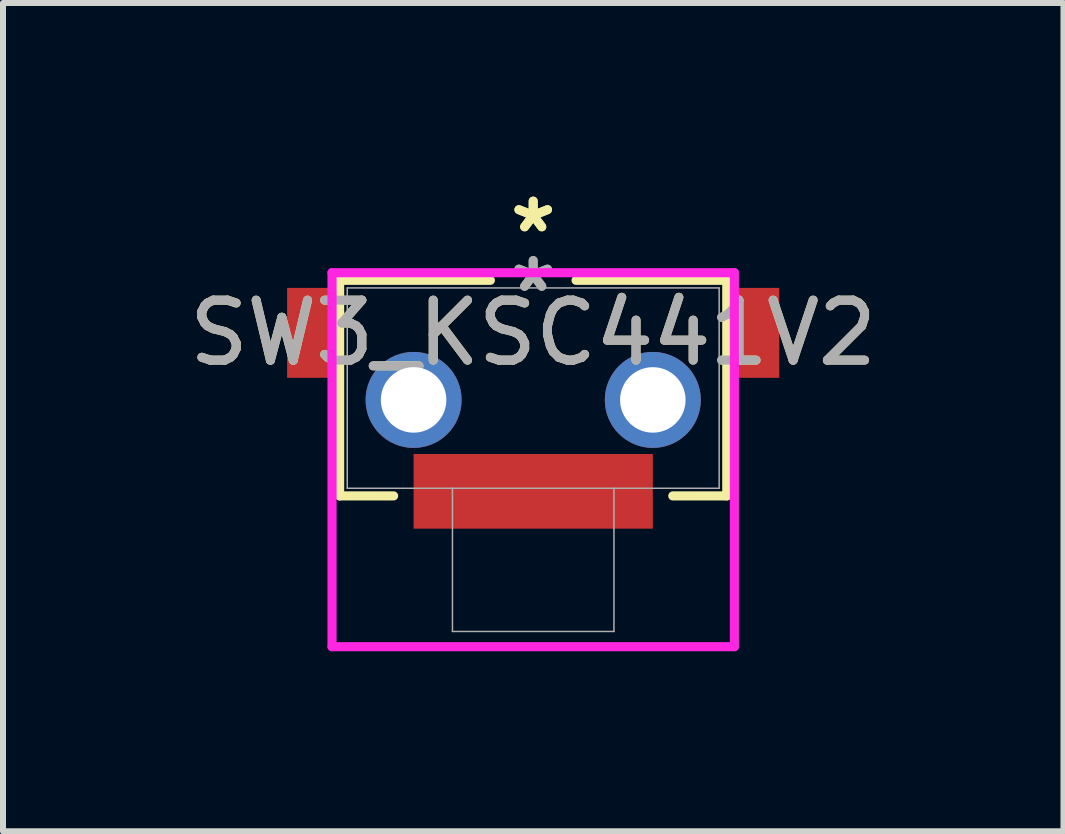
<source format=kicad_pcb>
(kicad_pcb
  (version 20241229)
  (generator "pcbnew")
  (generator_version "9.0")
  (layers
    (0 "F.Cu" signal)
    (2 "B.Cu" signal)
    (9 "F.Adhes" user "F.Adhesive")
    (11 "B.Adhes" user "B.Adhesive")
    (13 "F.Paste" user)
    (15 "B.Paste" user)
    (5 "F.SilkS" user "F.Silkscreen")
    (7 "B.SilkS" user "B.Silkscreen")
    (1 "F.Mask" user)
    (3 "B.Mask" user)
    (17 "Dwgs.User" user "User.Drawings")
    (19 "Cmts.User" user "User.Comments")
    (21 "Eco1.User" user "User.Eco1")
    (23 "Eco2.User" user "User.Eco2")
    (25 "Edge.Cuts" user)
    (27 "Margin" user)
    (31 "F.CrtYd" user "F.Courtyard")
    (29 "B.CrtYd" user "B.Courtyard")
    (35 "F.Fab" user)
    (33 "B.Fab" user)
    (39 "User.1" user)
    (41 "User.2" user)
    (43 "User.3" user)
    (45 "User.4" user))
  (footprint "SW3_KSC441V2"
    (layer "F.Cu")
    (at 5.839 2.499)
    (property "Reference" "SW3_KSC441V2" (at 0 0 0) (unlocked yes) (layer "F.SilkS") (effects (font (size 1 1) (thickness 0.15))))
    (attr smd)
    (fp_line (start -3.227 -0.876) (end -3.227 2.718) (stroke (width 0.152) (type solid)) (layer "F.SilkS"))
    (fp_line (start -3.227 2.718) (end -2.327 2.718) (stroke (width 0.152) (type solid)) (layer "F.SilkS"))
    (fp_line (start -0.714 -0.876) (end -3.227 -0.876) (stroke (width 0.152) (type solid)) (layer "F.SilkS"))
    (fp_line (start 2.327 2.718) (end 3.227 2.718) (stroke (width 0.152) (type solid)) (layer "F.SilkS"))
    (fp_line (start 3.227 -0.876) (end 0.714 -0.876) (stroke (width 0.152) (type solid)) (layer "F.SilkS"))
    (fp_line (start 3.227 2.718) (end 3.227 -0.876) (stroke (width 0.152) (type solid)) (layer "F.SilkS"))
    (fp_line (start -3.354 -1.003) (end -3.354 5.232) (stroke (width 0.152) (type solid)) (layer "F.CrtYd"))
    (fp_line (start -3.354 5.232) (end 3.354 5.232) (stroke (width 0.152) (type solid)) (layer "F.CrtYd"))
    (fp_line (start 3.354 -1.003) (end -3.354 -1.003) (stroke (width 0.152) (type solid)) (layer "F.CrtYd"))
    (fp_line (start 3.354 5.232) (end 3.354 -1.003) (stroke (width 0.152) (type solid)) (layer "F.CrtYd"))
    (fp_line (start -3.1 -0.749) (end -3.1 2.591) (stroke (width 0.025) (type solid)) (layer "F.Fab"))
    (fp_line (start -3.1 2.591) (end 3.1 2.591) (stroke (width 0.025) (type solid)) (layer "F.Fab"))
    (fp_line (start -1.346 2.591) (end -1.346 4.978) (stroke (width 0.025) (type solid)) (layer "F.Fab"))
    (fp_line (start -1.346 4.978) (end 1.346 4.978) (stroke (width 0.025) (type solid)) (layer "F.Fab"))
    (fp_line (start 1.346 2.591) (end 1.346 4.978) (stroke (width 0.025) (type solid)) (layer "F.Fab"))
    (fp_line (start 3.1 -0.749) (end -3.1 -0.749) (stroke (width 0.025) (type solid)) (layer "F.Fab"))
    (fp_line (start 3.1 2.591) (end 3.1 -0.749) (stroke (width 0.025) (type solid)) (layer "F.Fab"))
    (fp_text user "*" (at 0 -1.651 0) (layer "F.SilkS") (effects (font (size 1 1) (thickness 0.15))))
    (fp_text user "*" (at 0 -1.651 0) (unlocked yes) (layer "F.SilkS") (effects (font (size 1 1) (thickness 0.15))))
    (fp_text user "${REFERENCE}" (at 0 0 0) (unlocked yes) (layer "F.Fab") (effects (font (size 1 1) (thickness 0.15))))
    (fp_text user "*" (at 0 -0.66 0) (layer "F.Fab") (effects (font (size 1 1) (thickness 0.15))))
    (fp_text user "*" (at 0 -0.66 0) (unlocked yes) (layer "F.Fab") (effects (font (size 1 1) (thickness 0.15))))
    (pad "1" smd rect (at -3.696 0) (size 0.813 1.499) (layers "F.Cu" "F.Mask" "F.Paste"))
    (pad "2" smd rect (at 3.696 0) (size 0.813 1.499) (layers "F.Cu" "F.Mask" "F.Paste"))
    (pad "3" smd rect (at 0 2.642) (size 3.988 1.245) (layers "F.Cu" "F.Mask" "F.Paste"))
    (pad "4" thru_hole circle (at 1.994 1.118) (size 1.6 1.6) (drill 1.092) (layers "*.Cu" "*.Mask"))
    (pad "5" thru_hole circle (at -1.994 1.118) (size 1.6 1.6) (drill 1.092) (layers "*.Cu" "*.Mask")))
  (gr_rect
    (start -3 -3)
    (end 14.679 10.808)
    (stroke (width 0.1) (type default))
    (fill no)
    (layer "Edge.Cuts")))
</source>
